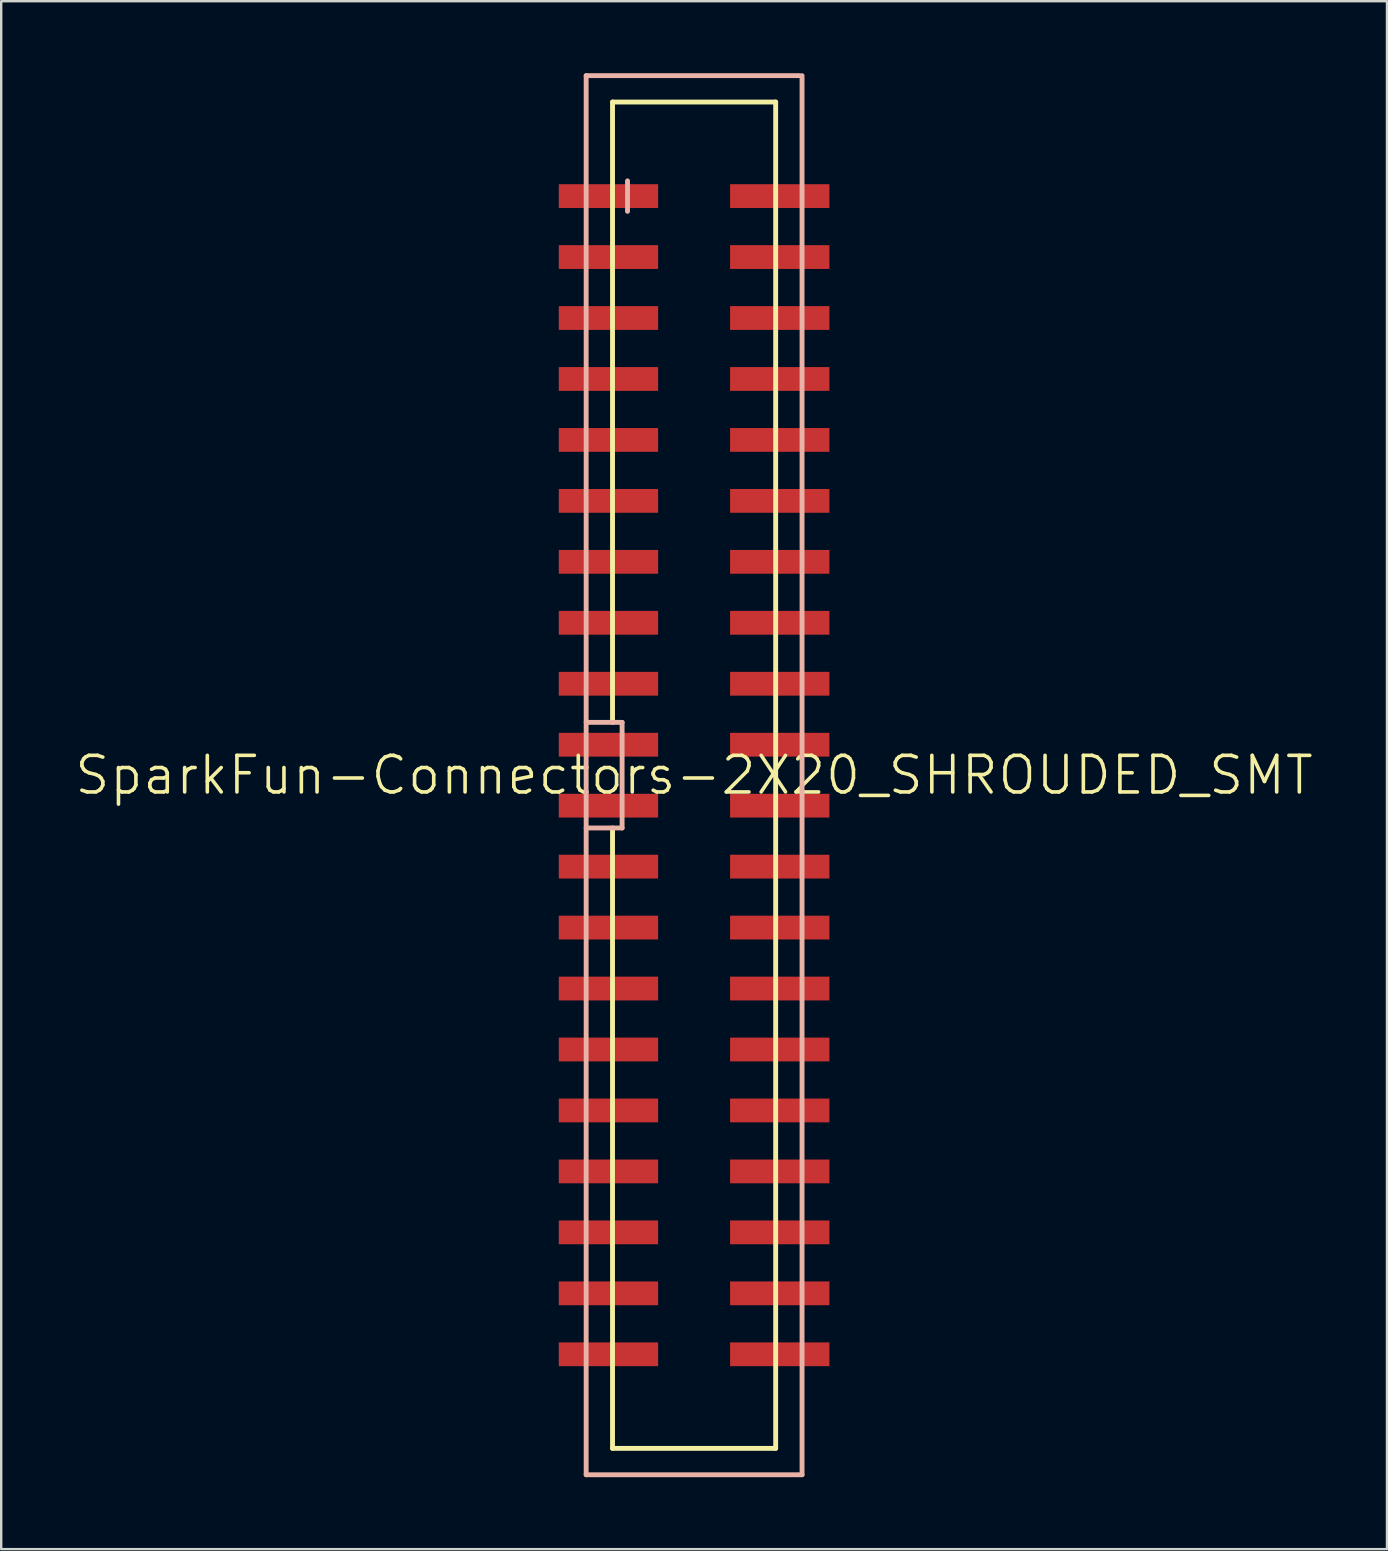
<source format=kicad_pcb>
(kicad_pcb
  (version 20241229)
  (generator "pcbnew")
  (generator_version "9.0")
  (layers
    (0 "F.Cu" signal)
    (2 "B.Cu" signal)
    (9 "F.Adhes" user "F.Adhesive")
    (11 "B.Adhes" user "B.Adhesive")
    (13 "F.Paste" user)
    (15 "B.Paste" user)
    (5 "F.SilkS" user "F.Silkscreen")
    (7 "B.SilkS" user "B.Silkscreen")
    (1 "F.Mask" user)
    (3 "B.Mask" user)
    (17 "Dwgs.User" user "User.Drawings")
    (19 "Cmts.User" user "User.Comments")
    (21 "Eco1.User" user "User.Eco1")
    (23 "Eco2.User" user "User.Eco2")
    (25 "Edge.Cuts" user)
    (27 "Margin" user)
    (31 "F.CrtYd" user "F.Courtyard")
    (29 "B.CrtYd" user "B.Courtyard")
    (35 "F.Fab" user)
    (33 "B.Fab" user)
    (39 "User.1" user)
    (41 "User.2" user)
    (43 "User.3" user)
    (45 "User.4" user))
  (footprint "SparkFun-Connectors-2X20_SHROUDED_SMT"
    (layer "F.Cu")
    (at 25.872 29.251)
    (property "Reference" "SparkFun-Connectors-2X20_SHROUDED_SMT" (at 0 0 0) (layer "F.SilkS") (effects (font (size 1.524 1.524) (thickness 0.15))))
    (attr smd)
    (fp_line (start -3.399 -28.049) (end -3.399 -2.2) (stroke (width 0.203) (type solid)) (layer "F.SilkS"))
    (fp_line (start -3.399 -28.049) (end 3.399 -28.049) (stroke (width 0.203) (type solid)) (layer "F.SilkS"))
    (fp_line (start -3.399 28.049) (end -3.399 2.2) (stroke (width 0.203) (type solid)) (layer "F.SilkS"))
    (fp_line (start -3.399 28.049) (end 3.399 28.049) (stroke (width 0.203) (type solid)) (layer "F.SilkS"))
    (fp_line (start 3.399 -28.049) (end 3.399 28.049) (stroke (width 0.203) (type solid)) (layer "F.SilkS"))
    (fp_line (start -4.498 -29.149) (end 4.399 -29.149) (stroke (width 0.203) (type solid)) (layer "B.SilkS"))
    (fp_line (start -4.498 -2.2) (end -3 -2.2) (stroke (width 0.203) (type solid)) (layer "B.SilkS"))
    (fp_line (start -4.498 29.149) (end -4.498 -29.149) (stroke (width 0.203) (type solid)) (layer "B.SilkS"))
    (fp_line (start -3 -2.2) (end -3 2.2) (stroke (width 0.203) (type solid)) (layer "B.SilkS"))
    (fp_line (start -3 2.2) (end -4.498 2.2) (stroke (width 0.203) (type solid)) (layer "B.SilkS"))
    (fp_line (start -2.774 -24.765) (end -2.774 -23.495) (stroke (width 0.203) (type solid)) (layer "B.SilkS"))
    (fp_line (start 4.498 -29.149) (end 4.498 29.149) (stroke (width 0.203) (type solid)) (layer "B.SilkS"))
    (fp_line (start 4.498 29.149) (end -4.498 29.149) (stroke (width 0.203) (type solid)) (layer "B.SilkS"))
    (pad "1" smd rect (at -3.569 -24.13) (size 4.14 0.991) (layers "F.Cu" "F.Mask" "F.Paste"))
    (pad "2" smd rect (at 3.569 -24.13) (size 4.14 0.991) (layers "F.Cu" "F.Mask" "F.Paste"))
    (pad "3" smd rect (at -3.569 -21.59) (size 4.14 0.991) (layers "F.Cu" "F.Mask" "F.Paste"))
    (pad "4" smd rect (at 3.569 -21.59) (size 4.14 0.991) (layers "F.Cu" "F.Mask" "F.Paste"))
    (pad "5" smd rect (at -3.569 -19.05) (size 4.14 0.991) (layers "F.Cu" "F.Mask" "F.Paste"))
    (pad "6" smd rect (at 3.569 -19.05) (size 4.14 0.991) (layers "F.Cu" "F.Mask" "F.Paste"))
    (pad "7" smd rect (at -3.569 -16.51) (size 4.14 0.991) (layers "F.Cu" "F.Mask" "F.Paste"))
    (pad "8" smd rect (at 3.569 -16.51) (size 4.14 0.991) (layers "F.Cu" "F.Mask" "F.Paste"))
    (pad "9" smd rect (at -3.569 -13.97) (size 4.14 0.991) (layers "F.Cu" "F.Mask" "F.Paste"))
    (pad "10" smd rect (at 3.569 -13.97) (size 4.14 0.991) (layers "F.Cu" "F.Mask" "F.Paste"))
    (pad "11" smd rect (at -3.569 -11.43) (size 4.14 0.991) (layers "F.Cu" "F.Mask" "F.Paste"))
    (pad "12" smd rect (at 3.569 -11.43) (size 4.14 0.991) (layers "F.Cu" "F.Mask" "F.Paste"))
    (pad "13" smd rect (at -3.569 -8.89) (size 4.14 0.991) (layers "F.Cu" "F.Mask" "F.Paste"))
    (pad "14" smd rect (at 3.569 -8.89) (size 4.14 0.991) (layers "F.Cu" "F.Mask" "F.Paste"))
    (pad "15" smd rect (at -3.569 -6.35) (size 4.14 0.991) (layers "F.Cu" "F.Mask" "F.Paste"))
    (pad "16" smd rect (at 3.569 -6.35) (size 4.14 0.991) (layers "F.Cu" "F.Mask" "F.Paste"))
    (pad "17" smd rect (at -3.569 -3.81) (size 4.14 0.991) (layers "F.Cu" "F.Mask" "F.Paste"))
    (pad "18" smd rect (at 3.569 -3.81) (size 4.14 0.991) (layers "F.Cu" "F.Mask" "F.Paste"))
    (pad "19" smd rect (at -3.569 -1.27) (size 4.14 0.991) (layers "F.Cu" "F.Mask" "F.Paste"))
    (pad "20" smd rect (at 3.569 -1.27) (size 4.14 0.991) (layers "F.Cu" "F.Mask" "F.Paste"))
    (pad "21" smd rect (at -3.569 1.27) (size 4.14 0.991) (layers "F.Cu" "F.Mask" "F.Paste"))
    (pad "22" smd rect (at 3.569 1.27) (size 4.14 0.991) (layers "F.Cu" "F.Mask" "F.Paste"))
    (pad "23" smd rect (at -3.569 3.81) (size 4.14 0.991) (layers "F.Cu" "F.Mask" "F.Paste"))
    (pad "24" smd rect (at 3.569 3.81) (size 4.14 0.991) (layers "F.Cu" "F.Mask" "F.Paste"))
    (pad "25" smd rect (at -3.569 6.35) (size 4.14 0.991) (layers "F.Cu" "F.Mask" "F.Paste"))
    (pad "26" smd rect (at 3.569 6.35) (size 4.14 0.991) (layers "F.Cu" "F.Mask" "F.Paste"))
    (pad "27" smd rect (at -3.569 8.89) (size 4.14 0.991) (layers "F.Cu" "F.Mask" "F.Paste"))
    (pad "28" smd rect (at 3.569 8.89) (size 4.14 0.991) (layers "F.Cu" "F.Mask" "F.Paste"))
    (pad "29" smd rect (at -3.569 11.43) (size 4.14 0.991) (layers "F.Cu" "F.Mask" "F.Paste"))
    (pad "30" smd rect (at 3.569 11.43) (size 4.14 0.991) (layers "F.Cu" "F.Mask" "F.Paste"))
    (pad "31" smd rect (at -3.569 13.97) (size 4.14 0.991) (layers "F.Cu" "F.Mask" "F.Paste"))
    (pad "32" smd rect (at 3.569 13.97) (size 4.14 0.991) (layers "F.Cu" "F.Mask" "F.Paste"))
    (pad "33" smd rect (at -3.569 16.51) (size 4.14 0.991) (layers "F.Cu" "F.Mask" "F.Paste"))
    (pad "34" smd rect (at 3.569 16.51) (size 4.14 0.991) (layers "F.Cu" "F.Mask" "F.Paste"))
    (pad "35" smd rect (at -3.569 19.05) (size 4.14 0.991) (layers "F.Cu" "F.Mask" "F.Paste"))
    (pad "36" smd rect (at 3.569 19.05) (size 4.14 0.991) (layers "F.Cu" "F.Mask" "F.Paste"))
    (pad "37" smd rect (at -3.569 21.59) (size 4.14 0.991) (layers "F.Cu" "F.Mask" "F.Paste"))
    (pad "38" smd rect (at 3.569 21.59) (size 4.14 0.991) (layers "F.Cu" "F.Mask" "F.Paste"))
    (pad "39" smd rect (at -3.569 24.13) (size 4.14 0.991) (layers "F.Cu" "F.Mask" "F.Paste"))
    (pad "40" smd rect (at 3.569 24.13) (size 4.14 0.991) (layers "F.Cu" "F.Mask" "F.Paste")))
  (gr_rect
    (start -3 -3)
    (end 54.743 61.501)
    (stroke (width 0.1) (type default))
    (fill no)
    (layer "Edge.Cuts")))
</source>
